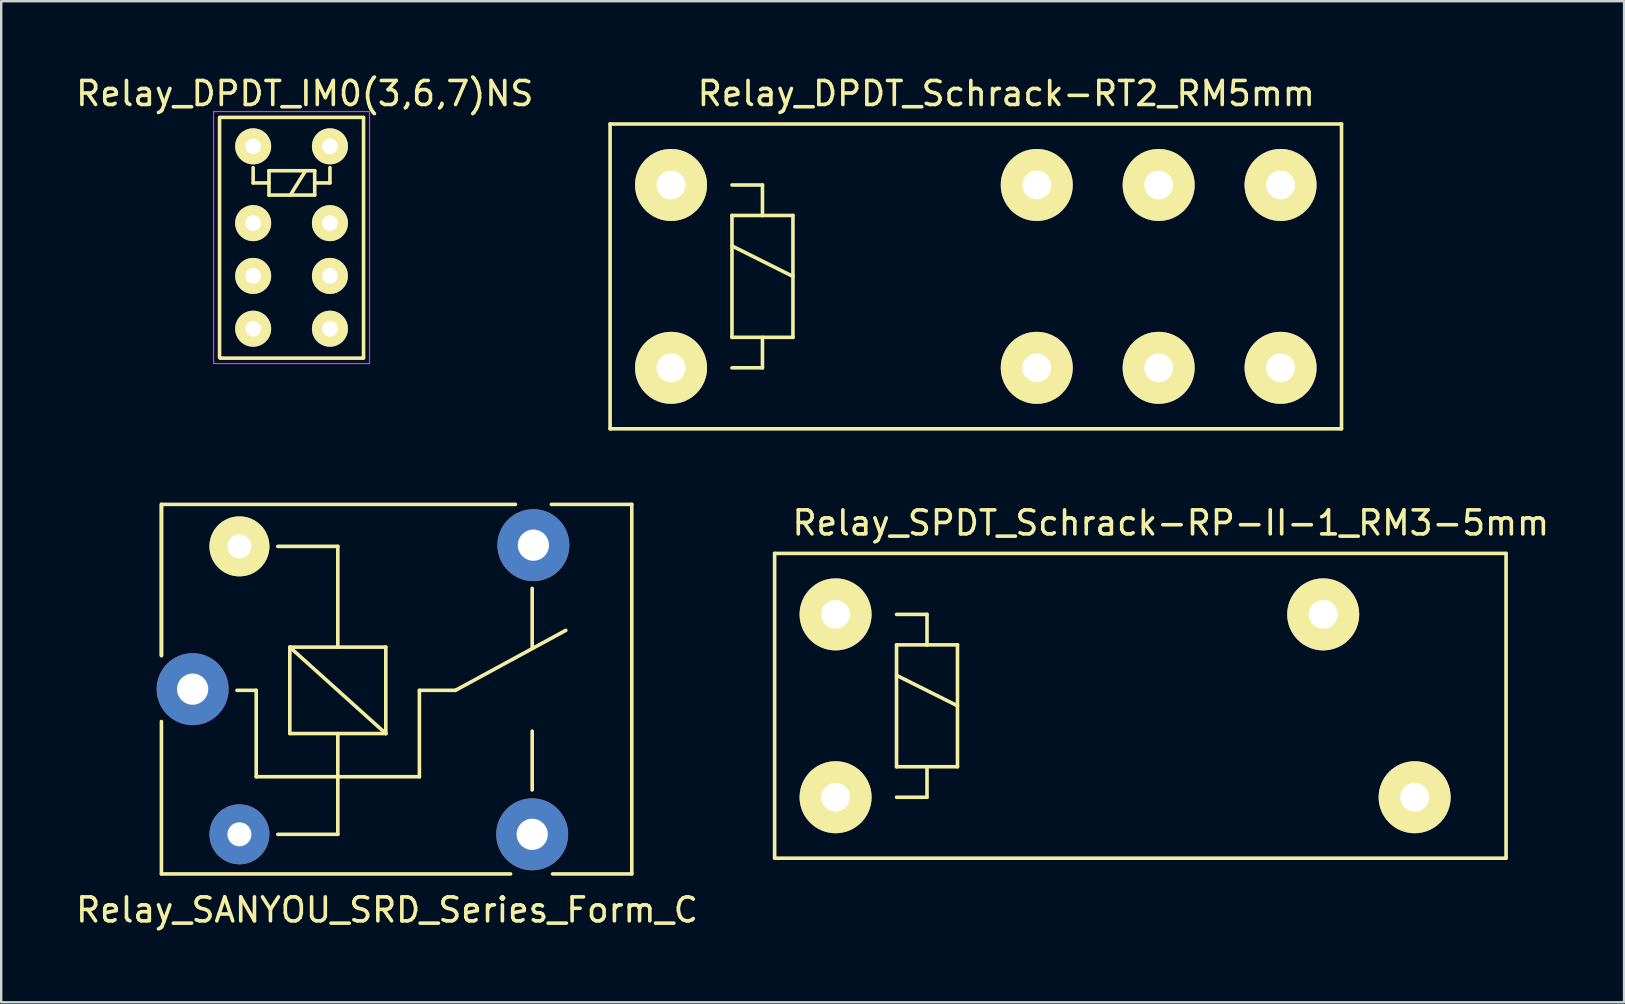
<source format=kicad_pcb>
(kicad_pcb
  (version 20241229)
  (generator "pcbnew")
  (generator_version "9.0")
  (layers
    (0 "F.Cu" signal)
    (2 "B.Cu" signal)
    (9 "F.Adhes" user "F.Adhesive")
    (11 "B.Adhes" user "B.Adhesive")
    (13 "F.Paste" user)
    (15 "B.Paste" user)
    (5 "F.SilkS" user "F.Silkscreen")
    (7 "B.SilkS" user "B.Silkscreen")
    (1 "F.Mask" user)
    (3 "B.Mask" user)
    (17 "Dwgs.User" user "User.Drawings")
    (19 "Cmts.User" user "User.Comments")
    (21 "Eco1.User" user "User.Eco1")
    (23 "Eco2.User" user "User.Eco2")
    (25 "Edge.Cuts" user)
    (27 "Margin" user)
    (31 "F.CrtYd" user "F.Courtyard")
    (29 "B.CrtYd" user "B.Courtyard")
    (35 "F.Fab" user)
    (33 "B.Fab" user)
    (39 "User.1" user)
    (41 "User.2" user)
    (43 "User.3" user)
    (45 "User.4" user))
  (footprint "Relay_SANYOU_SRD_Series_Form_C"
    (layer "F.Cu")
    (at 4.977 25.668)
    (property "Reference" "Relay_SANYOU_SRD_Series_Form_C" (at 8.1 9.2 0) (layer "F.SilkS") (effects (font (size 1 1) (thickness 0.15))))
    (attr through_hole)
    (fp_line (start -1.3 -7.7) (end 13.45 -7.7) (stroke (width 0.15) (type solid)) (layer "F.SilkS"))
    (fp_line (start -1.3 -7.65) (end -1.3 -1.4) (stroke (width 0.15) (type solid)) (layer "F.SilkS"))
    (fp_line (start -1.3 -1.4) (end -1.3 -7.7) (stroke (width 0.15) (type solid)) (layer "F.SilkS"))
    (fp_line (start -1.3 1.35) (end -1.3 7.7) (stroke (width 0.15) (type solid)) (layer "F.SilkS"))
    (fp_line (start -1.3 7.7) (end 13.25 7.7) (stroke (width 0.15) (type solid)) (layer "F.SilkS"))
    (fp_line (start 2.65 0.05) (end 1.85 0.05) (stroke (width 0.15) (type solid)) (layer "F.SilkS"))
    (fp_line (start 2.65 0.05) (end 2.65 3.65) (stroke (width 0.15) (type solid)) (layer "F.SilkS"))
    (fp_line (start 3.55 6.05) (end 6.05 6.05) (stroke (width 0.15) (type solid)) (layer "F.SilkS"))
    (fp_line (start 4.05 -1.75) (end 8.05 -1.75) (stroke (width 0.15) (type solid)) (layer "F.SilkS"))
    (fp_line (start 4.05 1.85) (end 4.05 -1.75) (stroke (width 0.15) (type solid)) (layer "F.SilkS"))
    (fp_line (start 6.05 -5.95) (end 3.55 -5.95) (stroke (width 0.15) (type solid)) (layer "F.SilkS"))
    (fp_line (start 6.05 -5.95) (end 6.05 -1.75) (stroke (width 0.15) (type solid)) (layer "F.SilkS"))
    (fp_line (start 6.05 1.85) (end 6.05 6.05) (stroke (width 0.15) (type solid)) (layer "F.SilkS"))
    (fp_line (start 8.05 -1.75) (end 8.05 1.85) (stroke (width 0.15) (type solid)) (layer "F.SilkS"))
    (fp_line (start 8.05 1.85) (end 4.05 -1.75) (stroke (width 0.15) (type solid)) (layer "F.SilkS"))
    (fp_line (start 8.05 1.85) (end 4.05 1.85) (stroke (width 0.15) (type solid)) (layer "F.SilkS"))
    (fp_line (start 9.45 0.05) (end 9.45 3.65) (stroke (width 0.15) (type solid)) (layer "F.SilkS"))
    (fp_line (start 9.45 0.05) (end 10.95 0.05) (stroke (width 0.15) (type solid)) (layer "F.SilkS"))
    (fp_line (start 9.45 3.65) (end 2.65 3.65) (stroke (width 0.15) (type solid)) (layer "F.SilkS"))
    (fp_line (start 10.95 0.05) (end 15.55 -2.45) (stroke (width 0.15) (type solid)) (layer "F.SilkS"))
    (fp_line (start 14.15 -4.2) (end 14.15 -1.7) (stroke (width 0.15) (type solid)) (layer "F.SilkS"))
    (fp_line (start 14.15 4.2) (end 14.15 1.75) (stroke (width 0.15) (type solid)) (layer "F.SilkS"))
    (fp_line (start 15 7.7) (end 18.3 7.7) (stroke (width 0.15) (type solid)) (layer "F.SilkS"))
    (fp_line (start 18.3 -7.7) (end 14.95 -7.7) (stroke (width 0.15) (type solid)) (layer "F.SilkS"))
    (fp_line (start 18.3 7.7) (end 18.3 -7.7) (stroke (width 0.15) (type solid)) (layer "F.SilkS"))
    (pad "1" thru_hole circle (at 0 0 90) (size 3 3) (drill 1.3) (layers "*.Cu" "*.Mask"))
    (pad "2" thru_hole circle (at 1.95 6.05 90) (size 2.5 2.5) (drill 1) (layers "*.Cu" "*.Mask"))
    (pad "3" thru_hole circle (at 14.15 6.05 90) (size 3 3) (drill 1.3) (layers "*.Cu" "*.Mask"))
    (pad "4" thru_hole circle (at 14.2 -6 90) (size 3 3) (drill 1.3) (layers "*.Cu" "*.Mask"))
    (pad "5" thru_hole circle (at 1.95 -5.95 90) (size 2.5 2.5) (drill 1) (layers "*.Cu" "*.Mask" "F.SilkS")))
  (footprint "Relay_SPDT_Schrack-RP-II-1_RM3-5mm"
    (layer "F.Cu")
    (at 31.77 30.172)
    (property "Reference" "Relay_SPDT_Schrack-RP-II-1_RM3-5mm" (at 13.97 -11.43 0) (layer "F.SilkS") (effects (font (size 1 1) (thickness 0.15))))
    (attr through_hole)
    (fp_line (start -2.54 -10.16) (end 27.94 -10.16) (stroke (width 0.15) (type solid)) (layer "F.SilkS"))
    (fp_line (start -2.54 2.54) (end -2.54 -10.16) (stroke (width 0.15) (type solid)) (layer "F.SilkS"))
    (fp_line (start 2.54 -7.62) (end 3.81 -7.62) (stroke (width 0.15) (type solid)) (layer "F.SilkS"))
    (fp_line (start 2.54 -6.35) (end 3.81 -6.35) (stroke (width 0.15) (type solid)) (layer "F.SilkS"))
    (fp_line (start 2.54 -5.08) (end 5.08 -3.81) (stroke (width 0.15) (type solid)) (layer "F.SilkS"))
    (fp_line (start 2.54 -1.27) (end 2.54 -6.35) (stroke (width 0.15) (type solid)) (layer "F.SilkS"))
    (fp_line (start 3.81 -7.62) (end 3.81 -6.35) (stroke (width 0.15) (type solid)) (layer "F.SilkS"))
    (fp_line (start 3.81 -6.35) (end 5.08 -6.35) (stroke (width 0.15) (type solid)) (layer "F.SilkS"))
    (fp_line (start 3.81 -1.27) (end 3.81 0) (stroke (width 0.15) (type solid)) (layer "F.SilkS"))
    (fp_line (start 3.81 0) (end 2.54 0) (stroke (width 0.15) (type solid)) (layer "F.SilkS"))
    (fp_line (start 5.08 -6.35) (end 5.08 -1.27) (stroke (width 0.15) (type solid)) (layer "F.SilkS"))
    (fp_line (start 5.08 -1.27) (end 2.54 -1.27) (stroke (width 0.15) (type solid)) (layer "F.SilkS"))
    (fp_line (start 27.94 -10.16) (end 27.94 2.54) (stroke (width 0.15) (type solid)) (layer "F.SilkS"))
    (fp_line (start 27.94 2.54) (end -2.54 2.54) (stroke (width 0.15) (type solid)) (layer "F.SilkS"))
    (pad "11" thru_hole circle (at 20.32 -7.62) (size 3 3) (drill 1.199) (layers "*.Cu" "*.Mask" "F.SilkS"))
    (pad "14" thru_hole circle (at 24.13 0) (size 3 3) (drill 1.199) (layers "*.Cu" "*.Mask" "F.SilkS"))
    (pad "A1" thru_hole circle (at 0 -7.62) (size 3 3) (drill 1.199) (layers "*.Cu" "*.Mask" "F.SilkS"))
    (pad "A2" thru_hole circle (at 0 0) (size 3 3) (drill 1.199) (layers "*.Cu" "*.Mask" "F.SilkS")))
  (footprint "Relay_DPDT_Schrack-RT2_RM5mm"
    (layer "F.Cu")
    (at 24.913 12.278)
    (property "Reference" "Relay_DPDT_Schrack-RT2_RM5mm" (at 13.97 -11.43 0) (layer "F.SilkS") (effects (font (size 1 1) (thickness 0.15))))
    (attr through_hole)
    (fp_line (start -2.54 -10.16) (end 27.94 -10.16) (stroke (width 0.15) (type solid)) (layer "F.SilkS"))
    (fp_line (start -2.54 2.54) (end -2.54 -10.16) (stroke (width 0.15) (type solid)) (layer "F.SilkS"))
    (fp_line (start 2.54 -7.62) (end 3.81 -7.62) (stroke (width 0.15) (type solid)) (layer "F.SilkS"))
    (fp_line (start 2.54 -6.35) (end 3.81 -6.35) (stroke (width 0.15) (type solid)) (layer "F.SilkS"))
    (fp_line (start 2.54 -5.08) (end 5.08 -3.81) (stroke (width 0.15) (type solid)) (layer "F.SilkS"))
    (fp_line (start 2.54 -1.27) (end 2.54 -6.35) (stroke (width 0.15) (type solid)) (layer "F.SilkS"))
    (fp_line (start 3.81 -7.62) (end 3.81 -6.35) (stroke (width 0.15) (type solid)) (layer "F.SilkS"))
    (fp_line (start 3.81 -6.35) (end 5.08 -6.35) (stroke (width 0.15) (type solid)) (layer "F.SilkS"))
    (fp_line (start 3.81 -1.27) (end 3.81 0) (stroke (width 0.15) (type solid)) (layer "F.SilkS"))
    (fp_line (start 3.81 0) (end 2.54 0) (stroke (width 0.15) (type solid)) (layer "F.SilkS"))
    (fp_line (start 5.08 -6.35) (end 5.08 -1.27) (stroke (width 0.15) (type solid)) (layer "F.SilkS"))
    (fp_line (start 5.08 -1.27) (end 2.54 -1.27) (stroke (width 0.15) (type solid)) (layer "F.SilkS"))
    (fp_line (start 27.94 -10.16) (end 27.94 2.54) (stroke (width 0.15) (type solid)) (layer "F.SilkS"))
    (fp_line (start 27.94 2.54) (end -2.54 2.54) (stroke (width 0.15) (type solid)) (layer "F.SilkS"))
    (pad "11" thru_hole circle (at 20.32 -7.62) (size 3 3) (drill 1.199) (layers "*.Cu" "*.Mask" "F.SilkS"))
    (pad "12" thru_hole circle (at 15.24 -7.62) (size 3 3) (drill 1.199) (layers "*.Cu" "*.Mask" "F.SilkS"))
    (pad "14" thru_hole circle (at 25.4 -7.62) (size 3 3) (drill 1.199) (layers "*.Cu" "*.Mask" "F.SilkS"))
    (pad "21" thru_hole circle (at 20.32 0) (size 3 3) (drill 1.199) (layers "*.Cu" "*.Mask" "F.SilkS"))
    (pad "22" thru_hole circle (at 15.24 0) (size 3 3) (drill 1.199) (layers "*.Cu" "*.Mask" "F.SilkS"))
    (pad "24" thru_hole circle (at 25.4 0) (size 3 3) (drill 1.199) (layers "*.Cu" "*.Mask" "F.SilkS"))
    (pad "A1" thru_hole circle (at 0 -7.62) (size 3 3) (drill 1.199) (layers "*.Cu" "*.Mask" "F.SilkS"))
    (pad "A2" thru_hole circle (at 0 0) (size 3 3) (drill 1.199) (layers "*.Cu" "*.Mask" "F.SilkS")))
  (footprint "Relay_DPDT_IM0(3,6,7)NS"
    (layer "F.Cu")
    (at 7.499 3.048)
    (property "Reference" "Relay_DPDT_IM0(3,6,7)NS" (at 2.15 -2.2 0) (layer "F.SilkS") (effects (font (size 1 1) (thickness 0.15))))
    (attr through_hole)
    (fp_line (start -1.4 -1.2) (end -1.4 8.8) (stroke (width 0.15) (type solid)) (layer "F.SilkS"))
    (fp_line (start 0 0.889) (end 0 1.524) (stroke (width 0.15) (type solid)) (layer "F.SilkS"))
    (fp_line (start 0 1.524) (end 0.66 1.524) (stroke (width 0.15) (type solid)) (layer "F.SilkS"))
    (fp_line (start 0.66 1.016) (end 0.66 2.032) (stroke (width 0.15) (type solid)) (layer "F.SilkS"))
    (fp_line (start 0.66 2.032) (end 2.565 2.032) (stroke (width 0.15) (type solid)) (layer "F.SilkS"))
    (fp_line (start 2.184 1.016) (end 1.549 2.032) (stroke (width 0.15) (type solid)) (layer "F.SilkS"))
    (fp_line (start 2.565 1.016) (end 0.66 1.016) (stroke (width 0.15) (type solid)) (layer "F.SilkS"))
    (fp_line (start 2.565 1.016) (end 2.565 2.032) (stroke (width 0.15) (type solid)) (layer "F.SilkS"))
    (fp_line (start 3.2 0.889) (end 3.2 1.524) (stroke (width 0.15) (type solid)) (layer "F.SilkS"))
    (fp_line (start 3.2 1.524) (end 2.565 1.524) (stroke (width 0.15) (type solid)) (layer "F.SilkS"))
    (fp_line (start 4.597 -1.206) (end -1.372 -1.206) (stroke (width 0.15) (type solid)) (layer "F.SilkS"))
    (fp_line (start 4.597 8.826) (end -1.372 8.826) (stroke (width 0.15) (type solid)) (layer "F.SilkS"))
    (fp_line (start 4.6 -1.2) (end 4.6 8.8) (stroke (width 0.15) (type solid)) (layer "F.SilkS"))
    (fp_line (start -1.65 -1.45) (end 4.85 -1.45) (stroke (width 0.05) (type solid)) (layer "F.CrtYd"))
    (fp_line (start -1.65 9.05) (end -1.65 -1.45) (stroke (width 0.05) (type solid)) (layer "F.CrtYd"))
    (fp_line (start 4.85 -1.45) (end 4.85 9.05) (stroke (width 0.05) (type solid)) (layer "F.CrtYd"))
    (fp_line (start 4.85 9.05) (end -1.65 9.05) (stroke (width 0.05) (type solid)) (layer "F.CrtYd"))
    (pad "1" thru_hole circle (at 0 0 270) (size 1.5 1.5) (drill 0.65) (layers "*.Cu" "*.Mask" "F.SilkS"))
    (pad "2" thru_hole circle (at 0 3.2 270) (size 1.5 1.5) (drill 0.65) (layers "*.Cu" "*.Mask" "F.SilkS"))
    (pad "3" thru_hole circle (at 0 5.4 270) (size 1.5 1.5) (drill 0.65) (layers "*.Cu" "*.Mask" "F.SilkS"))
    (pad "4" thru_hole circle (at 0 7.6 270) (size 1.5 1.5) (drill 0.65) (layers "*.Cu" "*.Mask" "F.SilkS"))
    (pad "5" thru_hole circle (at 3.2 7.6 270) (size 1.5 1.5) (drill 0.65) (layers "*.Cu" "*.Mask" "F.SilkS"))
    (pad "6" thru_hole circle (at 3.2 5.4 270) (size 1.5 1.5) (drill 0.65) (layers "*.Cu" "*.Mask" "F.SilkS"))
    (pad "7" thru_hole circle (at 3.2 3.2 270) (size 1.5 1.5) (drill 0.65) (layers "*.Cu" "*.Mask" "F.SilkS"))
    (pad "8" thru_hole circle (at 3.2 0 270) (size 1.5 1.5) (drill 0.65) (layers "*.Cu" "*.Mask" "F.SilkS")))
  (gr_rect
    (start -3 -3)
    (end 64.627 38.717)
    (stroke (width 0.1) (type default))
    (fill no)
    (layer "Edge.Cuts")))
</source>
